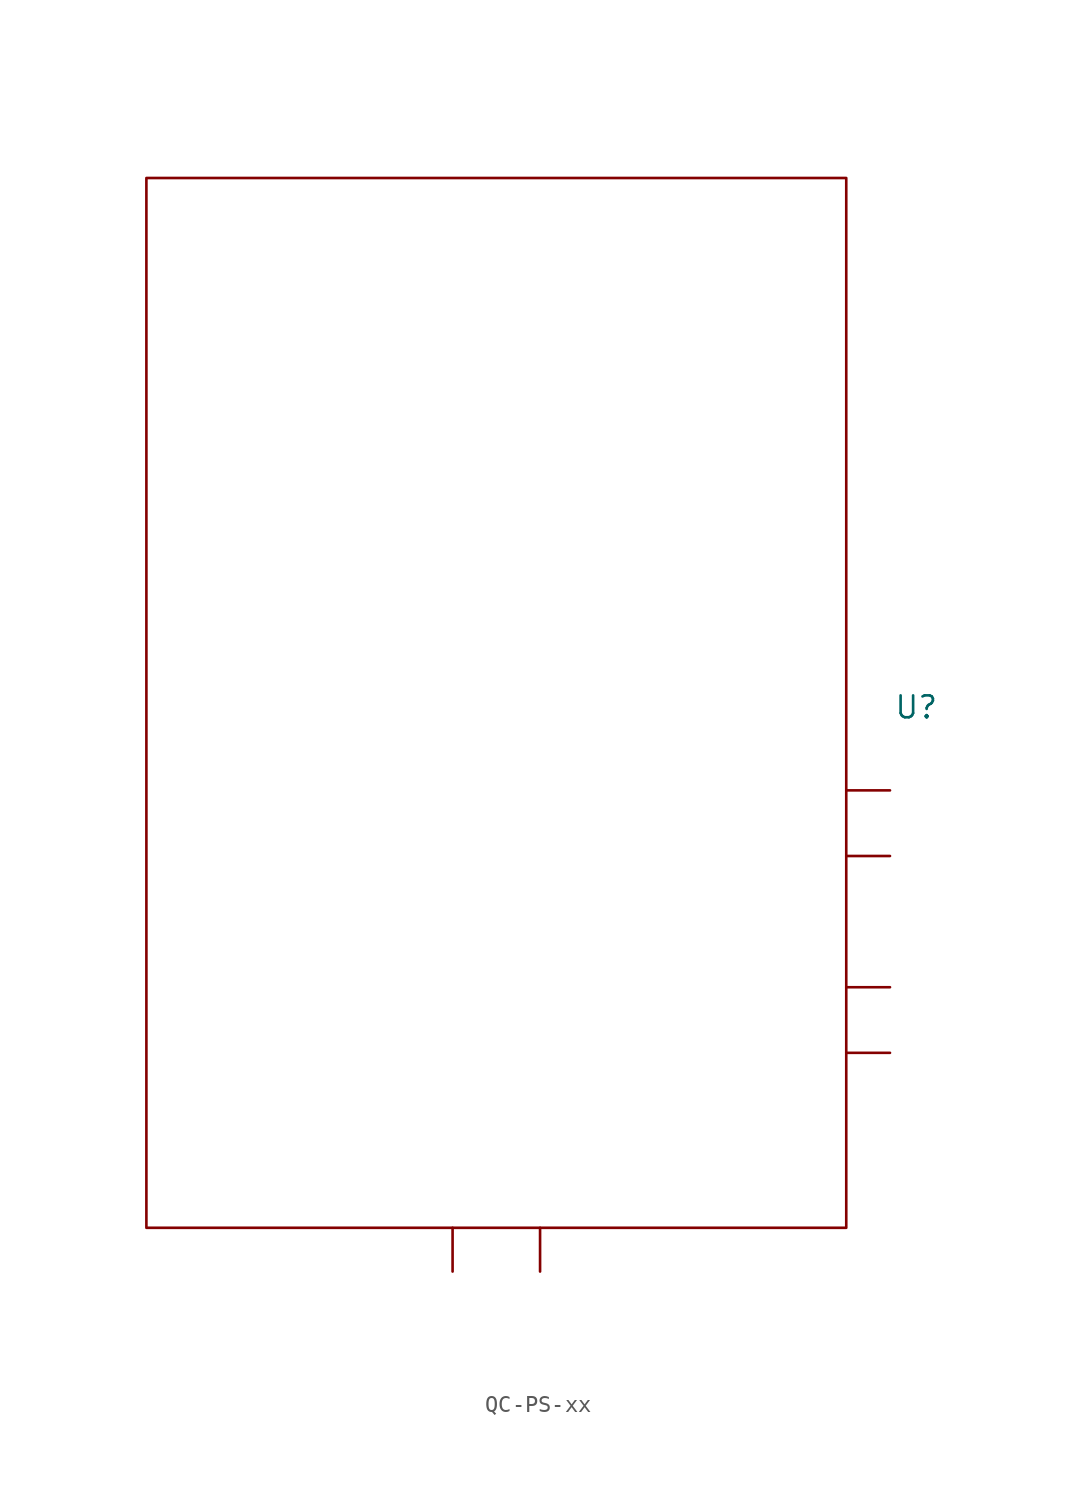
<source format=kicad_sym>
(kicad_symbol_lib
  (version 20241209)
  (generator "kicad_symbol_editor")
  (generator_version "9.0")
  (symbol "QC-PS-xx"
    (property "Reference" "U"
      (at 24.384 -0.254 0)
      (effects (font (size 1.27 1.27))))
    (property "Value" ""
      (at 0 0 0)
      (effects (font (size 1.27 1.27))))
    (symbol "QC-PS-xx_0_1"
      (rectangle (start -20.32 30.48) (end 20.32 -30.48) (stroke (width 0) (type default)) (fill (type none))))
    (symbol "QC-PS-xx_1_1"
      (pin output line (at -2.54 -33.02 90) (length 2.54) (name "" (effects (font (size 1.27 1.27)))) (number "" (effects (font (size 1.27 1.27)))))
      (pin input line (at 2.54 -33.02 90) (length 2.54) (name "" (effects (font (size 1.27 1.27)))) (number "" (effects (font (size 1.27 1.27)))))
      (pin output line (at 22.86 -5.08 180) (length 2.54) (name "" (effects (font (size 1.27 1.27)))) (number "" (effects (font (size 1.27 1.27)))))
      (pin output line (at 22.86 -8.89 180) (length 2.54) (name "" (effects (font (size 1.27 1.27)))) (number "" (effects (font (size 1.27 1.27)))))
      (pin output line (at 22.86 -16.51 180) (length 2.54) (name "" (effects (font (size 1.27 1.27)))) (number "" (effects (font (size 1.27 1.27)))))
      (pin output line (at 22.86 -20.32 180) (length 2.54) (name "" (effects (font (size 1.27 1.27)))) (number "" (effects (font (size 1.27 1.27))))))))
</source>
